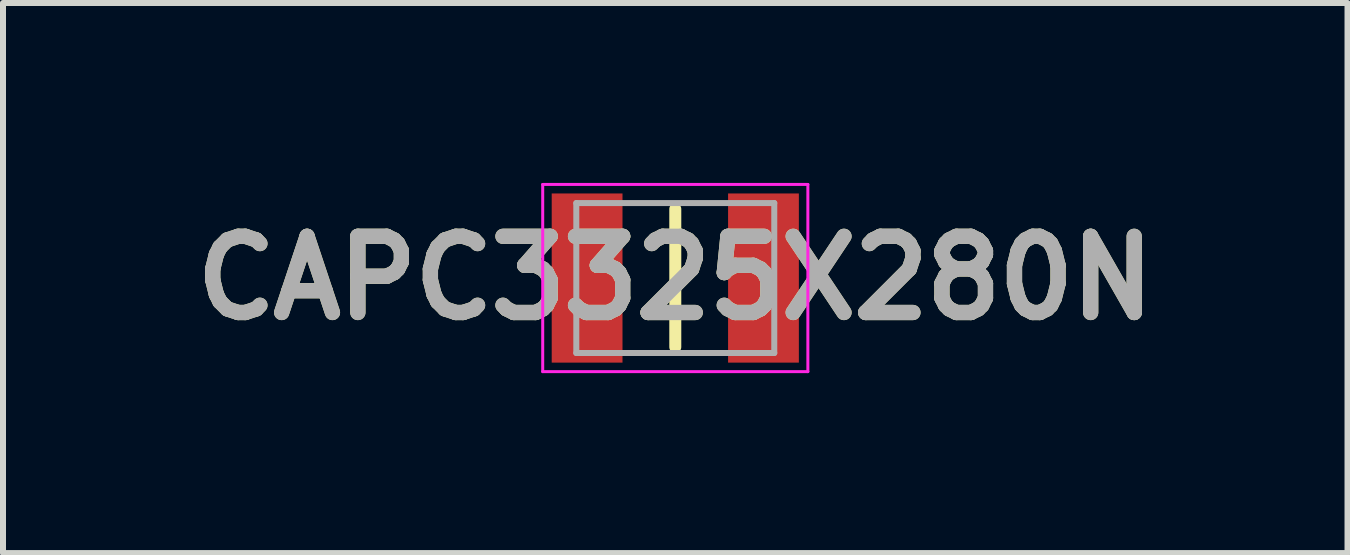
<source format=kicad_pcb>
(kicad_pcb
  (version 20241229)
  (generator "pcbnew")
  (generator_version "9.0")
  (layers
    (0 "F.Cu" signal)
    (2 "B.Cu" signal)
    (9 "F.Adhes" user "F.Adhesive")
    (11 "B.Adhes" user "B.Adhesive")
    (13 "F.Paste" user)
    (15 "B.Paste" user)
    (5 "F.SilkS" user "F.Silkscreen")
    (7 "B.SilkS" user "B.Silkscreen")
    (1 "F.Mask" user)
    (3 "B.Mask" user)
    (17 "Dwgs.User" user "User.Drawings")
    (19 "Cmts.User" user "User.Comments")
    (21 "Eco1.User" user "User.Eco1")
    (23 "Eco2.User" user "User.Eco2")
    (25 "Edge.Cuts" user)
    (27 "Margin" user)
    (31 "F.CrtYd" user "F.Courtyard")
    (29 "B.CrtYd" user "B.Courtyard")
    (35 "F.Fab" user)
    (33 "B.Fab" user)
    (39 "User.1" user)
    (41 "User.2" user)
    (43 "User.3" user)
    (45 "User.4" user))
  (footprint "CAPC3325X280N"
    (layer "F.Cu")
    (at 8.207 1.585)
    (property "Reference" "CAPC3325X280N" (at 0 0 0) (layer "F.SilkS") (effects (font (size 1.27 1.27) (thickness 0.254))))
    (attr smd)
    (fp_line (start 0 -1.15) (end 0 1.15) (stroke (width 0.2) (type solid)) (layer "F.SilkS"))
    (fp_line (start -2.21 -1.56) (end 2.21 -1.56) (stroke (width 0.05) (type solid)) (layer "F.CrtYd"))
    (fp_line (start -2.21 1.56) (end -2.21 -1.56) (stroke (width 0.05) (type solid)) (layer "F.CrtYd"))
    (fp_line (start 2.21 -1.56) (end 2.21 1.56) (stroke (width 0.05) (type solid)) (layer "F.CrtYd"))
    (fp_line (start 2.21 1.56) (end -2.21 1.56) (stroke (width 0.05) (type solid)) (layer "F.CrtYd"))
    (fp_line (start -1.65 -1.25) (end 1.65 -1.25) (stroke (width 0.1) (type solid)) (layer "F.Fab"))
    (fp_line (start -1.65 1.25) (end -1.65 -1.25) (stroke (width 0.1) (type solid)) (layer "F.Fab"))
    (fp_line (start 1.65 -1.25) (end 1.65 1.25) (stroke (width 0.1) (type solid)) (layer "F.Fab"))
    (fp_line (start 1.65 1.25) (end -1.65 1.25) (stroke (width 0.1) (type solid)) (layer "F.Fab"))
    (fp_text user "${REFERENCE}" (at 0 0 0) (layer "F.Fab") (effects (font (size 1.27 1.27) (thickness 0.254))))
    (pad "1" smd rect (at -1.47 0) (size 1.18 2.82) (layers "F.Cu" "F.Mask" "F.Paste"))
    (pad "2" smd rect (at 1.47 0) (size 1.18 2.82) (layers "F.Cu" "F.Mask" "F.Paste")))
  (gr_rect
    (start -3 -3)
    (end 19.413 6.17)
    (stroke (width 0.1) (type default))
    (fill no)
    (layer "Edge.Cuts")))
</source>
